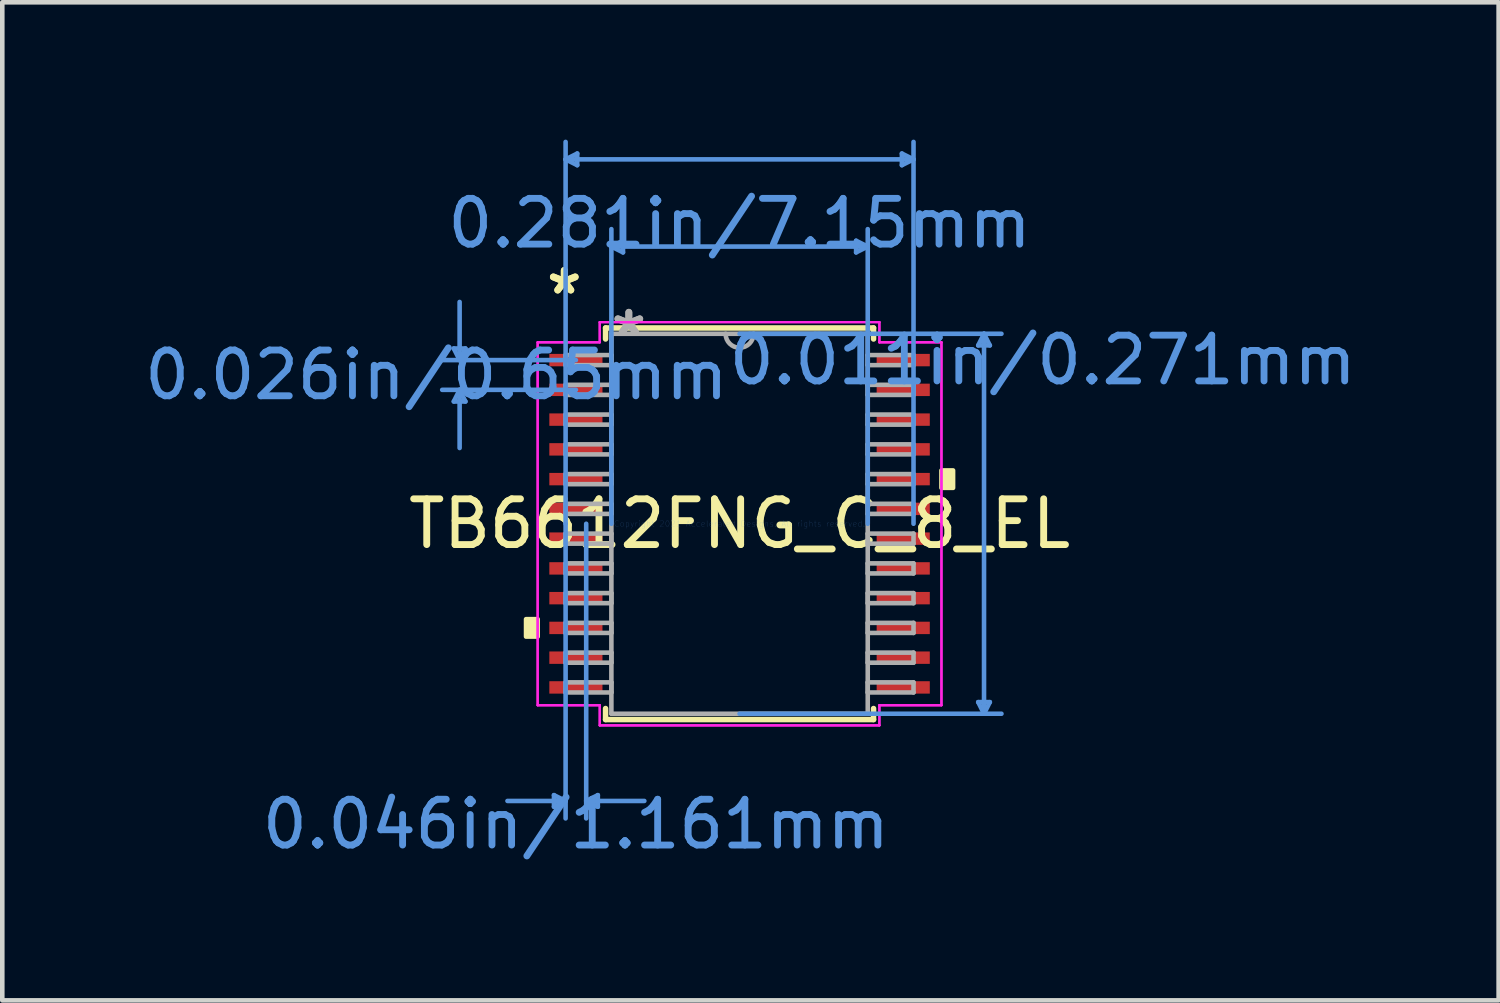
<source format=kicad_pcb>
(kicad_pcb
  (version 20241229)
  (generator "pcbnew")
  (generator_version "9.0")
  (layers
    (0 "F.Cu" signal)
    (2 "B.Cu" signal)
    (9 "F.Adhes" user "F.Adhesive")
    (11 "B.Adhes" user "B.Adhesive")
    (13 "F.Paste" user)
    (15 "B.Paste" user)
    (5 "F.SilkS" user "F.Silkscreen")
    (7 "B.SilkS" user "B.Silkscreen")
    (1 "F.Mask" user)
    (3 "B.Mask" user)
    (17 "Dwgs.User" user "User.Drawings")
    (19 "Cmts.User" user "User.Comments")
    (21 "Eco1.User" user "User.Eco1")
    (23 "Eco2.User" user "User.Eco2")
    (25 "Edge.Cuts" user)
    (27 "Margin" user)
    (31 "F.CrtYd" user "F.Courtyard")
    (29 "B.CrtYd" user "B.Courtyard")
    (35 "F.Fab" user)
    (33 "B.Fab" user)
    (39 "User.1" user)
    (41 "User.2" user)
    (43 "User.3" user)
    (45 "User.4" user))
  (footprint "TB6612FNG_C_8_EL"
    (layer "F.Cu")
    (at 13.105 8.391)
    (property "Reference" "TB6612FNG_C_8_EL" (at 0 0 0) (layer "F.SilkS") (effects (font (size 1 1) (thickness 0.15))))
    (attr through_hole)
    (fp_line (start -2.927 -4.277) (end -2.927 -4.036) (stroke (width 0.12) (type solid)) (layer "F.SilkS"))
    (fp_line (start -2.927 4.036) (end -2.927 4.277) (stroke (width 0.12) (type solid)) (layer "F.SilkS"))
    (fp_line (start -2.927 4.277) (end 2.927 4.277) (stroke (width 0.12) (type solid)) (layer "F.SilkS"))
    (fp_line (start 2.927 -4.277) (end -2.927 -4.277) (stroke (width 0.12) (type solid)) (layer "F.SilkS"))
    (fp_line (start 2.927 -4.036) (end 2.927 -4.277) (stroke (width 0.12) (type solid)) (layer "F.SilkS"))
    (fp_line (start 2.927 4.277) (end 2.927 4.036) (stroke (width 0.12) (type solid)) (layer "F.SilkS"))
    (fp_poly (pts (xy -4.664 2.084) (xy -4.664 2.465) (xy -4.41 2.465) (xy -4.41 2.084)) (stroke (width 0.1) (type solid)) (fill yes) (layer "F.SilkS"))
    (fp_poly (pts (xy 4.664 -1.165) (xy 4.664 -0.784) (xy 4.41 -0.784) (xy 4.41 -1.165)) (stroke (width 0.1) (type solid)) (fill yes) (layer "F.SilkS"))
    (fp_line (start -6.242 -3.829) (end -5.988 -3.829) (stroke (width 0.1) (type solid)) (layer "Cmts.User"))
    (fp_line (start -6.242 -2.671) (end -5.988 -2.671) (stroke (width 0.1) (type solid)) (layer "Cmts.User"))
    (fp_line (start -6.115 -3.575) (end -6.242 -3.829) (stroke (width 0.1) (type solid)) (layer "Cmts.User"))
    (fp_line (start -6.115 -3.575) (end -6.115 -4.845) (stroke (width 0.1) (type solid)) (layer "Cmts.User"))
    (fp_line (start -6.115 -3.575) (end -5.988 -3.829) (stroke (width 0.1) (type solid)) (layer "Cmts.User"))
    (fp_line (start -6.115 -2.925) (end -6.242 -2.671) (stroke (width 0.1) (type solid)) (layer "Cmts.User"))
    (fp_line (start -6.115 -2.925) (end -6.115 -1.655) (stroke (width 0.1) (type solid)) (layer "Cmts.User"))
    (fp_line (start -6.115 -2.925) (end -5.988 -2.671) (stroke (width 0.1) (type solid)) (layer "Cmts.User"))
    (fp_line (start -4.054 5.928) (end -4.054 6.182) (stroke (width 0.1) (type solid)) (layer "Cmts.User"))
    (fp_line (start -3.8 -7.96) (end -3.546 -8.087) (stroke (width 0.1) (type solid)) (layer "Cmts.User"))
    (fp_line (start -3.8 -7.96) (end -3.546 -7.833) (stroke (width 0.1) (type solid)) (layer "Cmts.User"))
    (fp_line (start -3.8 -7.96) (end 3.8 -7.96) (stroke (width 0.1) (type solid)) (layer "Cmts.User"))
    (fp_line (start -3.8 0) (end -3.8 -8.341) (stroke (width 0.1) (type solid)) (layer "Cmts.User"))
    (fp_line (start -3.8 0) (end -3.8 6.436) (stroke (width 0.1) (type solid)) (layer "Cmts.User"))
    (fp_line (start -3.8 6.055) (end -5.07 6.055) (stroke (width 0.1) (type solid)) (layer "Cmts.User"))
    (fp_line (start -3.8 6.055) (end -4.054 5.928) (stroke (width 0.1) (type solid)) (layer "Cmts.User"))
    (fp_line (start -3.8 6.055) (end -4.054 6.182) (stroke (width 0.1) (type solid)) (layer "Cmts.User"))
    (fp_line (start -3.575 -3.575) (end -6.496 -3.575) (stroke (width 0.1) (type solid)) (layer "Cmts.User"))
    (fp_line (start -3.575 -2.925) (end -6.496 -2.925) (stroke (width 0.1) (type solid)) (layer "Cmts.User"))
    (fp_line (start -3.546 -8.087) (end -3.546 -7.833) (stroke (width 0.1) (type solid)) (layer "Cmts.User"))
    (fp_line (start -3.35 0) (end -3.35 6.436) (stroke (width 0.1) (type solid)) (layer "Cmts.User"))
    (fp_line (start -3.35 6.055) (end -3.096 5.928) (stroke (width 0.1) (type solid)) (layer "Cmts.User"))
    (fp_line (start -3.35 6.055) (end -3.096 6.182) (stroke (width 0.1) (type solid)) (layer "Cmts.User"))
    (fp_line (start -3.35 6.055) (end -2.08 6.055) (stroke (width 0.1) (type solid)) (layer "Cmts.User"))
    (fp_line (start -3.096 5.928) (end -3.096 6.182) (stroke (width 0.1) (type solid)) (layer "Cmts.User"))
    (fp_line (start -2.8 -6.055) (end -2.546 -6.182) (stroke (width 0.1) (type solid)) (layer "Cmts.User"))
    (fp_line (start -2.8 -6.055) (end -2.546 -5.928) (stroke (width 0.1) (type solid)) (layer "Cmts.User"))
    (fp_line (start -2.8 -6.055) (end 2.8 -6.055) (stroke (width 0.1) (type solid)) (layer "Cmts.User"))
    (fp_line (start -2.8 0) (end -2.8 -6.436) (stroke (width 0.1) (type solid)) (layer "Cmts.User"))
    (fp_line (start -2.546 -6.182) (end -2.546 -5.928) (stroke (width 0.1) (type solid)) (layer "Cmts.User"))
    (fp_line (start 0 -4.15) (end 5.721 -4.15) (stroke (width 0.1) (type solid)) (layer "Cmts.User"))
    (fp_line (start 0 4.15) (end 5.721 4.15) (stroke (width 0.1) (type solid)) (layer "Cmts.User"))
    (fp_line (start 2.546 -6.182) (end 2.546 -5.928) (stroke (width 0.1) (type solid)) (layer "Cmts.User"))
    (fp_line (start 2.8 -6.055) (end 2.546 -6.182) (stroke (width 0.1) (type solid)) (layer "Cmts.User"))
    (fp_line (start 2.8 -6.055) (end 2.546 -5.928) (stroke (width 0.1) (type solid)) (layer "Cmts.User"))
    (fp_line (start 2.8 0) (end 2.8 -6.436) (stroke (width 0.1) (type solid)) (layer "Cmts.User"))
    (fp_line (start 3.546 -8.087) (end 3.546 -7.833) (stroke (width 0.1) (type solid)) (layer "Cmts.User"))
    (fp_line (start 3.8 -7.96) (end 3.546 -8.087) (stroke (width 0.1) (type solid)) (layer "Cmts.User"))
    (fp_line (start 3.8 -7.96) (end 3.546 -7.833) (stroke (width 0.1) (type solid)) (layer "Cmts.User"))
    (fp_line (start 3.8 0) (end 3.8 -8.341) (stroke (width 0.1) (type solid)) (layer "Cmts.User"))
    (fp_line (start 5.213 -3.896) (end 5.467 -3.896) (stroke (width 0.1) (type solid)) (layer "Cmts.User"))
    (fp_line (start 5.213 3.896) (end 5.467 3.896) (stroke (width 0.1) (type solid)) (layer "Cmts.User"))
    (fp_line (start 5.34 -4.15) (end 5.213 -3.896) (stroke (width 0.1) (type solid)) (layer "Cmts.User"))
    (fp_line (start 5.34 -4.15) (end 5.34 4.15) (stroke (width 0.1) (type solid)) (layer "Cmts.User"))
    (fp_line (start 5.34 -4.15) (end 5.467 -3.896) (stroke (width 0.1) (type solid)) (layer "Cmts.User"))
    (fp_line (start 5.34 4.15) (end 5.213 3.896) (stroke (width 0.1) (type solid)) (layer "Cmts.User"))
    (fp_line (start 5.34 4.15) (end 5.467 3.896) (stroke (width 0.1) (type solid)) (layer "Cmts.User"))
    (fp_line (start -4.41 -3.964) (end -3.054 -3.964) (stroke (width 0.05) (type solid)) (layer "F.CrtYd"))
    (fp_line (start -4.41 -3.964) (end -3.054 -3.964) (stroke (width 0.05) (type solid)) (layer "F.CrtYd"))
    (fp_line (start -4.41 3.964) (end -4.41 -3.964) (stroke (width 0.05) (type solid)) (layer "F.CrtYd"))
    (fp_line (start -4.41 3.964) (end -4.41 -3.964) (stroke (width 0.05) (type solid)) (layer "F.CrtYd"))
    (fp_line (start -4.41 3.964) (end -3.054 3.964) (stroke (width 0.05) (type solid)) (layer "F.CrtYd"))
    (fp_line (start -3.054 -4.404) (end 3.054 -4.404) (stroke (width 0.05) (type solid)) (layer "F.CrtYd"))
    (fp_line (start -3.054 -4.404) (end 3.054 -4.404) (stroke (width 0.05) (type solid)) (layer "F.CrtYd"))
    (fp_line (start -3.054 -3.964) (end -3.054 -4.404) (stroke (width 0.05) (type solid)) (layer "F.CrtYd"))
    (fp_line (start -3.054 -3.964) (end -3.054 -4.404) (stroke (width 0.05) (type solid)) (layer "F.CrtYd"))
    (fp_line (start -3.054 3.964) (end -4.41 3.964) (stroke (width 0.05) (type solid)) (layer "F.CrtYd"))
    (fp_line (start -3.054 4.404) (end -3.054 3.964) (stroke (width 0.05) (type solid)) (layer "F.CrtYd"))
    (fp_line (start -3.054 4.404) (end -3.054 3.964) (stroke (width 0.05) (type solid)) (layer "F.CrtYd"))
    (fp_line (start 3.054 -4.404) (end 3.054 -3.964) (stroke (width 0.05) (type solid)) (layer "F.CrtYd"))
    (fp_line (start 3.054 -4.404) (end 3.054 -3.964) (stroke (width 0.05) (type solid)) (layer "F.CrtYd"))
    (fp_line (start 3.054 -3.964) (end 4.41 -3.964) (stroke (width 0.05) (type solid)) (layer "F.CrtYd"))
    (fp_line (start 3.054 3.964) (end 3.054 4.404) (stroke (width 0.05) (type solid)) (layer "F.CrtYd"))
    (fp_line (start 3.054 3.964) (end 3.054 4.404) (stroke (width 0.05) (type solid)) (layer "F.CrtYd"))
    (fp_line (start 3.054 4.404) (end -3.054 4.404) (stroke (width 0.05) (type solid)) (layer "F.CrtYd"))
    (fp_line (start 3.054 4.404) (end -3.054 4.404) (stroke (width 0.05) (type solid)) (layer "F.CrtYd"))
    (fp_line (start 4.41 -3.964) (end 3.054 -3.964) (stroke (width 0.05) (type solid)) (layer "F.CrtYd"))
    (fp_line (start 4.41 -3.964) (end 4.41 3.964) (stroke (width 0.05) (type solid)) (layer "F.CrtYd"))
    (fp_line (start 4.41 -3.964) (end 4.41 3.964) (stroke (width 0.05) (type solid)) (layer "F.CrtYd"))
    (fp_line (start 4.41 3.964) (end 3.054 3.964) (stroke (width 0.05) (type solid)) (layer "F.CrtYd"))
    (fp_line (start 4.41 3.964) (end 3.054 3.964) (stroke (width 0.05) (type solid)) (layer "F.CrtYd"))
    (fp_line (start -3.8 -3.685) (end -3.8 -3.465) (stroke (width 0.1) (type solid)) (layer "F.Fab"))
    (fp_line (start -3.8 -3.465) (end -2.8 -3.465) (stroke (width 0.1) (type solid)) (layer "F.Fab"))
    (fp_line (start -3.8 -3.035) (end -3.8 -2.815) (stroke (width 0.1) (type solid)) (layer "F.Fab"))
    (fp_line (start -3.8 -2.815) (end -2.8 -2.815) (stroke (width 0.1) (type solid)) (layer "F.Fab"))
    (fp_line (start -3.8 -2.385) (end -3.8 -2.165) (stroke (width 0.1) (type solid)) (layer "F.Fab"))
    (fp_line (start -3.8 -2.165) (end -2.8 -2.165) (stroke (width 0.1) (type solid)) (layer "F.Fab"))
    (fp_line (start -3.8 -1.735) (end -3.8 -1.515) (stroke (width 0.1) (type solid)) (layer "F.Fab"))
    (fp_line (start -3.8 -1.515) (end -2.8 -1.515) (stroke (width 0.1) (type solid)) (layer "F.Fab"))
    (fp_line (start -3.8 -1.085) (end -3.8 -0.865) (stroke (width 0.1) (type solid)) (layer "F.Fab"))
    (fp_line (start -3.8 -0.865) (end -2.8 -0.865) (stroke (width 0.1) (type solid)) (layer "F.Fab"))
    (fp_line (start -3.8 -0.435) (end -3.8 -0.215) (stroke (width 0.1) (type solid)) (layer "F.Fab"))
    (fp_line (start -3.8 -0.215) (end -2.8 -0.215) (stroke (width 0.1) (type solid)) (layer "F.Fab"))
    (fp_line (start -3.8 0.215) (end -3.8 0.435) (stroke (width 0.1) (type solid)) (layer "F.Fab"))
    (fp_line (start -3.8 0.435) (end -2.8 0.435) (stroke (width 0.1) (type solid)) (layer "F.Fab"))
    (fp_line (start -3.8 0.865) (end -3.8 1.085) (stroke (width 0.1) (type solid)) (layer "F.Fab"))
    (fp_line (start -3.8 1.085) (end -2.8 1.085) (stroke (width 0.1) (type solid)) (layer "F.Fab"))
    (fp_line (start -3.8 1.515) (end -3.8 1.735) (stroke (width 0.1) (type solid)) (layer "F.Fab"))
    (fp_line (start -3.8 1.735) (end -2.8 1.735) (stroke (width 0.1) (type solid)) (layer "F.Fab"))
    (fp_line (start -3.8 2.165) (end -3.8 2.385) (stroke (width 0.1) (type solid)) (layer "F.Fab"))
    (fp_line (start -3.8 2.385) (end -2.8 2.385) (stroke (width 0.1) (type solid)) (layer "F.Fab"))
    (fp_line (start -3.8 2.815) (end -3.8 3.035) (stroke (width 0.1) (type solid)) (layer "F.Fab"))
    (fp_line (start -3.8 3.035) (end -2.8 3.035) (stroke (width 0.1) (type solid)) (layer "F.Fab"))
    (fp_line (start -3.8 3.465) (end -3.8 3.685) (stroke (width 0.1) (type solid)) (layer "F.Fab"))
    (fp_line (start -3.8 3.685) (end -2.8 3.685) (stroke (width 0.1) (type solid)) (layer "F.Fab"))
    (fp_line (start -2.8 -4.15) (end -2.8 4.15) (stroke (width 0.1) (type solid)) (layer "F.Fab"))
    (fp_line (start -2.8 -3.685) (end -3.8 -3.685) (stroke (width 0.1) (type solid)) (layer "F.Fab"))
    (fp_line (start -2.8 -3.465) (end -2.8 -3.685) (stroke (width 0.1) (type solid)) (layer "F.Fab"))
    (fp_line (start -2.8 -3.035) (end -3.8 -3.035) (stroke (width 0.1) (type solid)) (layer "F.Fab"))
    (fp_line (start -2.8 -2.815) (end -2.8 -3.035) (stroke (width 0.1) (type solid)) (layer "F.Fab"))
    (fp_line (start -2.8 -2.385) (end -3.8 -2.385) (stroke (width 0.1) (type solid)) (layer "F.Fab"))
    (fp_line (start -2.8 -2.165) (end -2.8 -2.385) (stroke (width 0.1) (type solid)) (layer "F.Fab"))
    (fp_line (start -2.8 -1.735) (end -3.8 -1.735) (stroke (width 0.1) (type solid)) (layer "F.Fab"))
    (fp_line (start -2.8 -1.515) (end -2.8 -1.735) (stroke (width 0.1) (type solid)) (layer "F.Fab"))
    (fp_line (start -2.8 -1.085) (end -3.8 -1.085) (stroke (width 0.1) (type solid)) (layer "F.Fab"))
    (fp_line (start -2.8 -0.865) (end -2.8 -1.085) (stroke (width 0.1) (type solid)) (layer "F.Fab"))
    (fp_line (start -2.8 -0.435) (end -3.8 -0.435) (stroke (width 0.1) (type solid)) (layer "F.Fab"))
    (fp_line (start -2.8 -0.215) (end -2.8 -0.435) (stroke (width 0.1) (type solid)) (layer "F.Fab"))
    (fp_line (start -2.8 0.215) (end -3.8 0.215) (stroke (width 0.1) (type solid)) (layer "F.Fab"))
    (fp_line (start -2.8 0.435) (end -2.8 0.215) (stroke (width 0.1) (type solid)) (layer "F.Fab"))
    (fp_line (start -2.8 0.865) (end -3.8 0.865) (stroke (width 0.1) (type solid)) (layer "F.Fab"))
    (fp_line (start -2.8 1.085) (end -2.8 0.865) (stroke (width 0.1) (type solid)) (layer "F.Fab"))
    (fp_line (start -2.8 1.515) (end -3.8 1.515) (stroke (width 0.1) (type solid)) (layer "F.Fab"))
    (fp_line (start -2.8 1.735) (end -2.8 1.515) (stroke (width 0.1) (type solid)) (layer "F.Fab"))
    (fp_line (start -2.8 2.165) (end -3.8 2.165) (stroke (width 0.1) (type solid)) (layer "F.Fab"))
    (fp_line (start -2.8 2.385) (end -2.8 2.165) (stroke (width 0.1) (type solid)) (layer "F.Fab"))
    (fp_line (start -2.8 2.815) (end -3.8 2.815) (stroke (width 0.1) (type solid)) (layer "F.Fab"))
    (fp_line (start -2.8 3.035) (end -2.8 2.815) (stroke (width 0.1) (type solid)) (layer "F.Fab"))
    (fp_line (start -2.8 3.465) (end -3.8 3.465) (stroke (width 0.1) (type solid)) (layer "F.Fab"))
    (fp_line (start -2.8 3.685) (end -2.8 3.465) (stroke (width 0.1) (type solid)) (layer "F.Fab"))
    (fp_line (start -2.8 4.15) (end 2.8 4.15) (stroke (width 0.1) (type solid)) (layer "F.Fab"))
    (fp_line (start 2.8 -4.15) (end -2.8 -4.15) (stroke (width 0.1) (type solid)) (layer "F.Fab"))
    (fp_line (start 2.8 -3.685) (end 2.8 -3.465) (stroke (width 0.1) (type solid)) (layer "F.Fab"))
    (fp_line (start 2.8 -3.465) (end 3.8 -3.465) (stroke (width 0.1) (type solid)) (layer "F.Fab"))
    (fp_line (start 2.8 -3.035) (end 2.8 -2.815) (stroke (width 0.1) (type solid)) (layer "F.Fab"))
    (fp_line (start 2.8 -2.815) (end 3.8 -2.815) (stroke (width 0.1) (type solid)) (layer "F.Fab"))
    (fp_line (start 2.8 -2.385) (end 2.8 -2.165) (stroke (width 0.1) (type solid)) (layer "F.Fab"))
    (fp_line (start 2.8 -2.165) (end 3.8 -2.165) (stroke (width 0.1) (type solid)) (layer "F.Fab"))
    (fp_line (start 2.8 -1.735) (end 2.8 -1.515) (stroke (width 0.1) (type solid)) (layer "F.Fab"))
    (fp_line (start 2.8 -1.515) (end 3.8 -1.515) (stroke (width 0.1) (type solid)) (layer "F.Fab"))
    (fp_line (start 2.8 -1.085) (end 2.8 -0.865) (stroke (width 0.1) (type solid)) (layer "F.Fab"))
    (fp_line (start 2.8 -0.865) (end 3.8 -0.865) (stroke (width 0.1) (type solid)) (layer "F.Fab"))
    (fp_line (start 2.8 -0.435) (end 2.8 -0.215) (stroke (width 0.1) (type solid)) (layer "F.Fab"))
    (fp_line (start 2.8 -0.215) (end 3.8 -0.215) (stroke (width 0.1) (type solid)) (layer "F.Fab"))
    (fp_line (start 2.8 0.215) (end 2.8 0.435) (stroke (width 0.1) (type solid)) (layer "F.Fab"))
    (fp_line (start 2.8 0.435) (end 3.8 0.435) (stroke (width 0.1) (type solid)) (layer "F.Fab"))
    (fp_line (start 2.8 0.865) (end 2.8 1.085) (stroke (width 0.1) (type solid)) (layer "F.Fab"))
    (fp_line (start 2.8 1.085) (end 3.8 1.085) (stroke (width 0.1) (type solid)) (layer "F.Fab"))
    (fp_line (start 2.8 1.515) (end 2.8 1.735) (stroke (width 0.1) (type solid)) (layer "F.Fab"))
    (fp_line (start 2.8 1.735) (end 3.8 1.735) (stroke (width 0.1) (type solid)) (layer "F.Fab"))
    (fp_line (start 2.8 2.165) (end 2.8 2.385) (stroke (width 0.1) (type solid)) (layer "F.Fab"))
    (fp_line (start 2.8 2.385) (end 3.8 2.385) (stroke (width 0.1) (type solid)) (layer "F.Fab"))
    (fp_line (start 2.8 2.815) (end 2.8 3.035) (stroke (width 0.1) (type solid)) (layer "F.Fab"))
    (fp_line (start 2.8 3.035) (end 3.8 3.035) (stroke (width 0.1) (type solid)) (layer "F.Fab"))
    (fp_line (start 2.8 3.465) (end 2.8 3.685) (stroke (width 0.1) (type solid)) (layer "F.Fab"))
    (fp_line (start 2.8 3.685) (end 3.8 3.685) (stroke (width 0.1) (type solid)) (layer "F.Fab"))
    (fp_line (start 2.8 4.15) (end 2.8 -4.15) (stroke (width 0.1) (type solid)) (layer "F.Fab"))
    (fp_line (start 3.8 -3.685) (end 2.8 -3.685) (stroke (width 0.1) (type solid)) (layer "F.Fab"))
    (fp_line (start 3.8 -3.465) (end 3.8 -3.685) (stroke (width 0.1) (type solid)) (layer "F.Fab"))
    (fp_line (start 3.8 -3.035) (end 2.8 -3.035) (stroke (width 0.1) (type solid)) (layer "F.Fab"))
    (fp_line (start 3.8 -2.815) (end 3.8 -3.035) (stroke (width 0.1) (type solid)) (layer "F.Fab"))
    (fp_line (start 3.8 -2.385) (end 2.8 -2.385) (stroke (width 0.1) (type solid)) (layer "F.Fab"))
    (fp_line (start 3.8 -2.165) (end 3.8 -2.385) (stroke (width 0.1) (type solid)) (layer "F.Fab"))
    (fp_line (start 3.8 -1.735) (end 2.8 -1.735) (stroke (width 0.1) (type solid)) (layer "F.Fab"))
    (fp_line (start 3.8 -1.515) (end 3.8 -1.735) (stroke (width 0.1) (type solid)) (layer "F.Fab"))
    (fp_line (start 3.8 -1.085) (end 2.8 -1.085) (stroke (width 0.1) (type solid)) (layer "F.Fab"))
    (fp_line (start 3.8 -0.865) (end 3.8 -1.085) (stroke (width 0.1) (type solid)) (layer "F.Fab"))
    (fp_line (start 3.8 -0.435) (end 2.8 -0.435) (stroke (width 0.1) (type solid)) (layer "F.Fab"))
    (fp_line (start 3.8 -0.215) (end 3.8 -0.435) (stroke (width 0.1) (type solid)) (layer "F.Fab"))
    (fp_line (start 3.8 0.215) (end 2.8 0.215) (stroke (width 0.1) (type solid)) (layer "F.Fab"))
    (fp_line (start 3.8 0.435) (end 3.8 0.215) (stroke (width 0.1) (type solid)) (layer "F.Fab"))
    (fp_line (start 3.8 0.865) (end 2.8 0.865) (stroke (width 0.1) (type solid)) (layer "F.Fab"))
    (fp_line (start 3.8 1.085) (end 3.8 0.865) (stroke (width 0.1) (type solid)) (layer "F.Fab"))
    (fp_line (start 3.8 1.515) (end 2.8 1.515) (stroke (width 0.1) (type solid)) (layer "F.Fab"))
    (fp_line (start 3.8 1.735) (end 3.8 1.515) (stroke (width 0.1) (type solid)) (layer "F.Fab"))
    (fp_line (start 3.8 2.165) (end 2.8 2.165) (stroke (width 0.1) (type solid)) (layer "F.Fab"))
    (fp_line (start 3.8 2.385) (end 3.8 2.165) (stroke (width 0.1) (type solid)) (layer "F.Fab"))
    (fp_line (start 3.8 2.815) (end 2.8 2.815) (stroke (width 0.1) (type solid)) (layer "F.Fab"))
    (fp_line (start 3.8 3.035) (end 3.8 2.815) (stroke (width 0.1) (type solid)) (layer "F.Fab"))
    (fp_line (start 3.8 3.465) (end 2.8 3.465) (stroke (width 0.1) (type solid)) (layer "F.Fab"))
    (fp_line (start 3.8 3.685) (end 3.8 3.465) (stroke (width 0.1) (type solid)) (layer "F.Fab"))
    (fp_arc (start 0.3048 -4.149999) (mid 0 -3.845199) (end -0.3048 -4.149999) (stroke (width 0.1) (type solid)) (layer "F.Fab"))
    (fp_text user "*" (at -3.829 -4.989 0) (layer "F.SilkS") (effects (font (size 1 1) (thickness 0.15))))
    (fp_text user "*" (at -3.829 -4.989 0) (layer "F.SilkS") (effects (font (size 1 1) (thickness 0.15))))
    (fp_text user "0.011in/0.271mm" (at 6.623 -3.575 0) (layer "Cmts.User") (effects (font (size 1 1) (thickness 0.15))))
    (fp_text user "0.046in/1.161mm" (at -3.575 6.563 0) (layer "Cmts.User") (effects (font (size 1 1) (thickness 0.15))))
    (fp_text user "0.026in/0.65mm" (at -6.623 -3.25 0) (layer "Cmts.User") (effects (font (size 1 1) (thickness 0.15))))
    (fp_text user "0.281in/7.15mm" (at 0 -6.563 0) (layer "Cmts.User") (effects (font (size 1 1) (thickness 0.15))))
    (fp_text user "Copyright 2021 Accelerated Designs. All rights reserved." (at 0 0 0) (layer "Cmts.User") (effects (font (size 0.127 0.127) (thickness 0.002))))
    (fp_text user "*" (at -2.419 -4.074 0) (layer "F.Fab") (effects (font (size 1 1) (thickness 0.15))))
    (fp_text user "*" (at -2.419 -4.074 0) (layer "F.Fab") (effects (font (size 1 1) (thickness 0.15))))
    (pad "1" smd rect (at -3.575 -3.575) (size 1.161 0.271) (layers "F.Cu" "F.Mask" "F.Paste"))
    (pad "2" smd rect (at -3.575 -2.925) (size 1.161 0.271) (layers "F.Cu" "F.Mask" "F.Paste"))
    (pad "3" smd rect (at -3.575 -2.275) (size 1.161 0.271) (layers "F.Cu" "F.Mask" "F.Paste"))
    (pad "4" smd rect (at -3.575 -1.625) (size 1.161 0.271) (layers "F.Cu" "F.Mask" "F.Paste"))
    (pad "5" smd rect (at -3.575 -0.975) (size 1.161 0.271) (layers "F.Cu" "F.Mask" "F.Paste"))
    (pad "6" smd rect (at -3.575 -0.325) (size 1.161 0.271) (layers "F.Cu" "F.Mask" "F.Paste"))
    (pad "7" smd rect (at -3.575 0.325) (size 1.161 0.271) (layers "F.Cu" "F.Mask" "F.Paste"))
    (pad "8" smd rect (at -3.575 0.975) (size 1.161 0.271) (layers "F.Cu" "F.Mask" "F.Paste"))
    (pad "9" smd rect (at -3.575 1.625) (size 1.161 0.271) (layers "F.Cu" "F.Mask" "F.Paste"))
    (pad "10" smd rect (at -3.575 2.275) (size 1.161 0.271) (layers "F.Cu" "F.Mask" "F.Paste"))
    (pad "11" smd rect (at -3.575 2.925) (size 1.161 0.271) (layers "F.Cu" "F.Mask" "F.Paste"))
    (pad "12" smd rect (at -3.575 3.575) (size 1.161 0.271) (layers "F.Cu" "F.Mask" "F.Paste"))
    (pad "13" smd rect (at 3.575 3.575) (size 1.161 0.271) (layers "F.Cu" "F.Mask" "F.Paste"))
    (pad "14" smd rect (at 3.575 2.925) (size 1.161 0.271) (layers "F.Cu" "F.Mask" "F.Paste"))
    (pad "15" smd rect (at 3.575 2.275) (size 1.161 0.271) (layers "F.Cu" "F.Mask" "F.Paste"))
    (pad "16" smd rect (at 3.575 1.625) (size 1.161 0.271) (layers "F.Cu" "F.Mask" "F.Paste"))
    (pad "17" smd rect (at 3.575 0.975) (size 1.161 0.271) (layers "F.Cu" "F.Mask" "F.Paste"))
    (pad "18" smd rect (at 3.575 0.325) (size 1.161 0.271) (layers "F.Cu" "F.Mask" "F.Paste"))
    (pad "19" smd rect (at 3.575 -0.325) (size 1.161 0.271) (layers "F.Cu" "F.Mask" "F.Paste"))
    (pad "20" smd rect (at 3.575 -0.975) (size 1.161 0.271) (layers "F.Cu" "F.Mask" "F.Paste"))
    (pad "21" smd rect (at 3.575 -1.625) (size 1.161 0.271) (layers "F.Cu" "F.Mask" "F.Paste"))
    (pad "22" smd rect (at 3.575 -2.275) (size 1.161 0.271) (layers "F.Cu" "F.Mask" "F.Paste"))
    (pad "23" smd rect (at 3.575 -2.925) (size 1.161 0.271) (layers "F.Cu" "F.Mask" "F.Paste"))
    (pad "24" smd rect (at 3.575 -3.575) (size 1.161 0.271) (layers "F.Cu" "F.Mask" "F.Paste")))
  (gr_rect
    (start -3 -3)
    (end 29.686 18.802)
    (stroke (width 0.1) (type default))
    (fill no)
    (layer "Edge.Cuts")))
</source>
